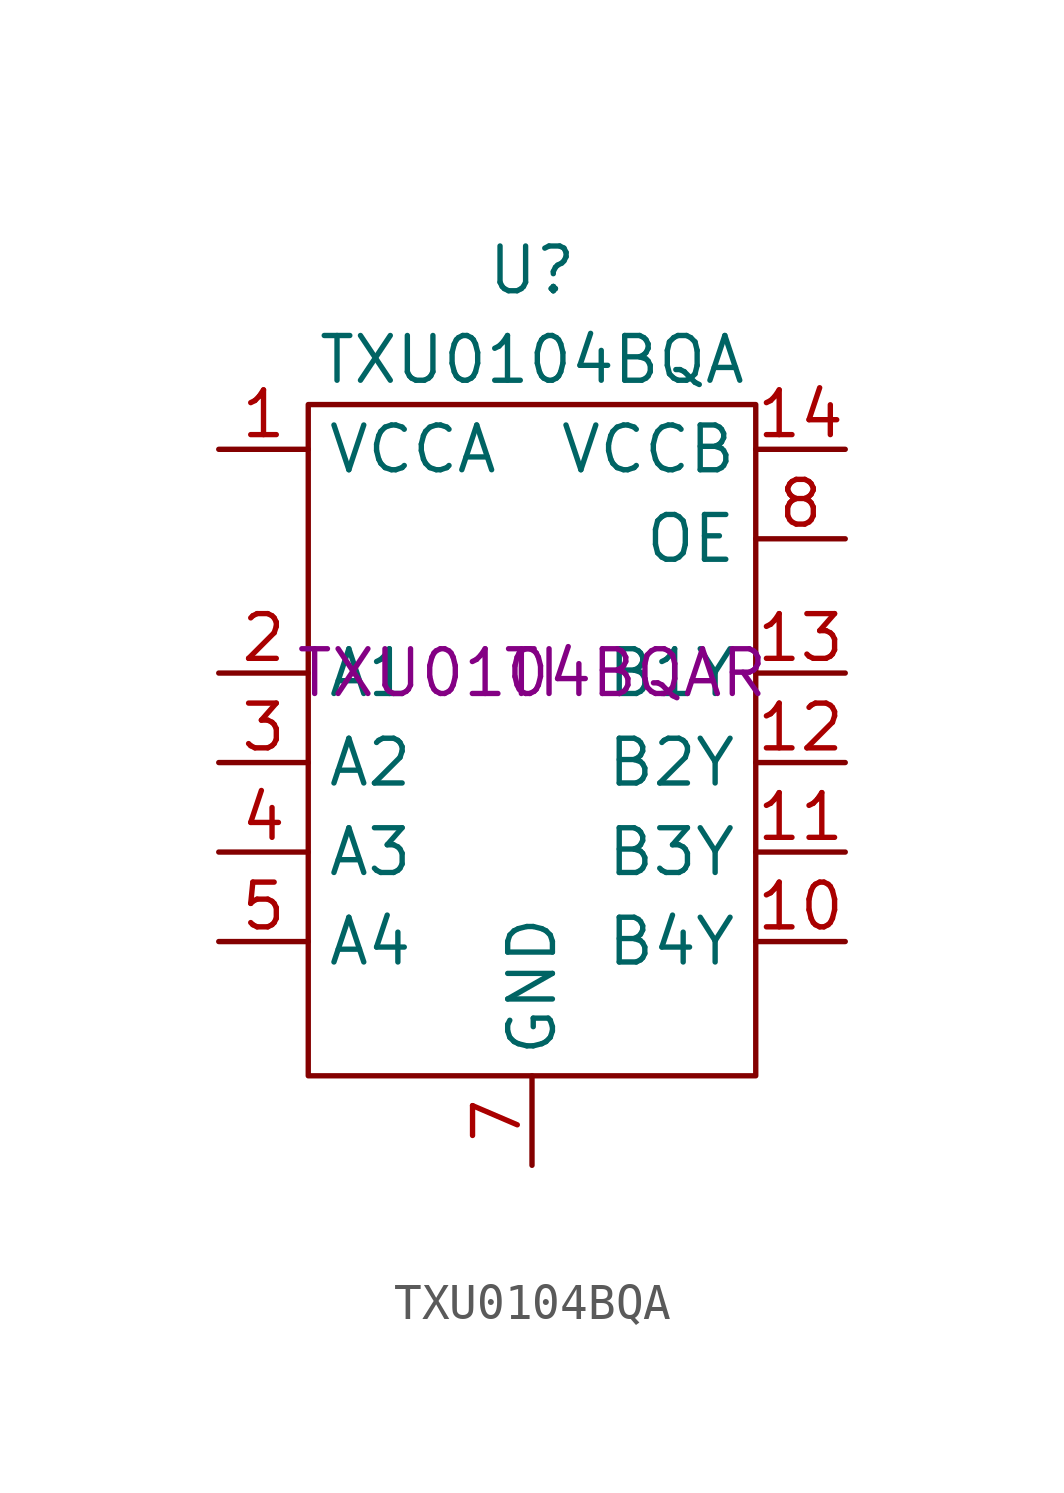
<source format=kicad_sym>
(kicad_symbol_lib
  (version 20211014)
  (generator kicad_symbol_editor)
  (symbol "TXU0104BQA"
    (property "Reference" "U"
      (at 0 11.43 0)
      (effects (font (size 1.27 1.27))))
    (property "Value" "TXU0104BQA"
      (at 0 8.89 0)
      (effects (font (size 1.27 1.27))))
    (property "MPN" "TXU0104BQAR"
      (at 0 0 0)
      (effects (font (size 1.27 1.27))))
    (property "Manufacturer" "TI"
      (at 0 0 0)
      (effects (font (size 1.27 1.27))))
    (symbol "TXU0104BQA_0_1"
      (rectangle (start -6.35 7.62) (end 6.35 -11.43) (stroke (width 0) (type default) (color 0 0 0 0)) (fill (type none))))
    (symbol "TXU0104BQA_1_1"
      (pin power_in line (at -8.89 6.35 0) (length 2.54) (name "VCCA" (effects (font (size 1.27 1.27)))) (number "1" (effects (font (size 1.27 1.27)))))
      (pin output line (at 8.89 -7.62 180) (length 2.54) (name "B4Y" (effects (font (size 1.27 1.27)))) (number "10" (effects (font (size 1.27 1.27)))))
      (pin output line (at 8.89 -5.08 180) (length 2.54) (name "B3Y" (effects (font (size 1.27 1.27)))) (number "11" (effects (font (size 1.27 1.27)))))
      (pin output line (at 8.89 -2.54 180) (length 2.54) (name "B2Y" (effects (font (size 1.27 1.27)))) (number "12" (effects (font (size 1.27 1.27)))))
      (pin output line (at 8.89 0 180) (length 2.54) (name "B1Y" (effects (font (size 1.27 1.27)))) (number "13" (effects (font (size 1.27 1.27)))))
      (pin power_in line (at 8.89 6.35 180) (length 2.54) (name "VCCB" (effects (font (size 1.27 1.27)))) (number "14" (effects (font (size 1.27 1.27)))))
      (pin input line (at -8.89 0 0) (length 2.54) (name "A1" (effects (font (size 1.27 1.27)))) (number "2" (effects (font (size 1.27 1.27)))))
      (pin input line (at -8.89 -2.54 0) (length 2.54) (name "A2" (effects (font (size 1.27 1.27)))) (number "3" (effects (font (size 1.27 1.27)))))
      (pin input line (at -8.89 -5.08 0) (length 2.54) (name "A3" (effects (font (size 1.27 1.27)))) (number "4" (effects (font (size 1.27 1.27)))))
      (pin input line (at -8.89 -7.62 0) (length 2.54) (name "A4" (effects (font (size 1.27 1.27)))) (number "5" (effects (font (size 1.27 1.27)))))
      (pin power_in line (at 0 -13.97 90) (length 2.54) (name "GND" (effects (font (size 1.27 1.27)))) (number "7" (effects (font (size 1.27 1.27)))))
      (pin input line (at 8.89 3.81 180) (length 2.54) (name "OE" (effects (font (size 1.27 1.27)))) (number "8" (effects (font (size 1.27 1.27))))))))
</source>
